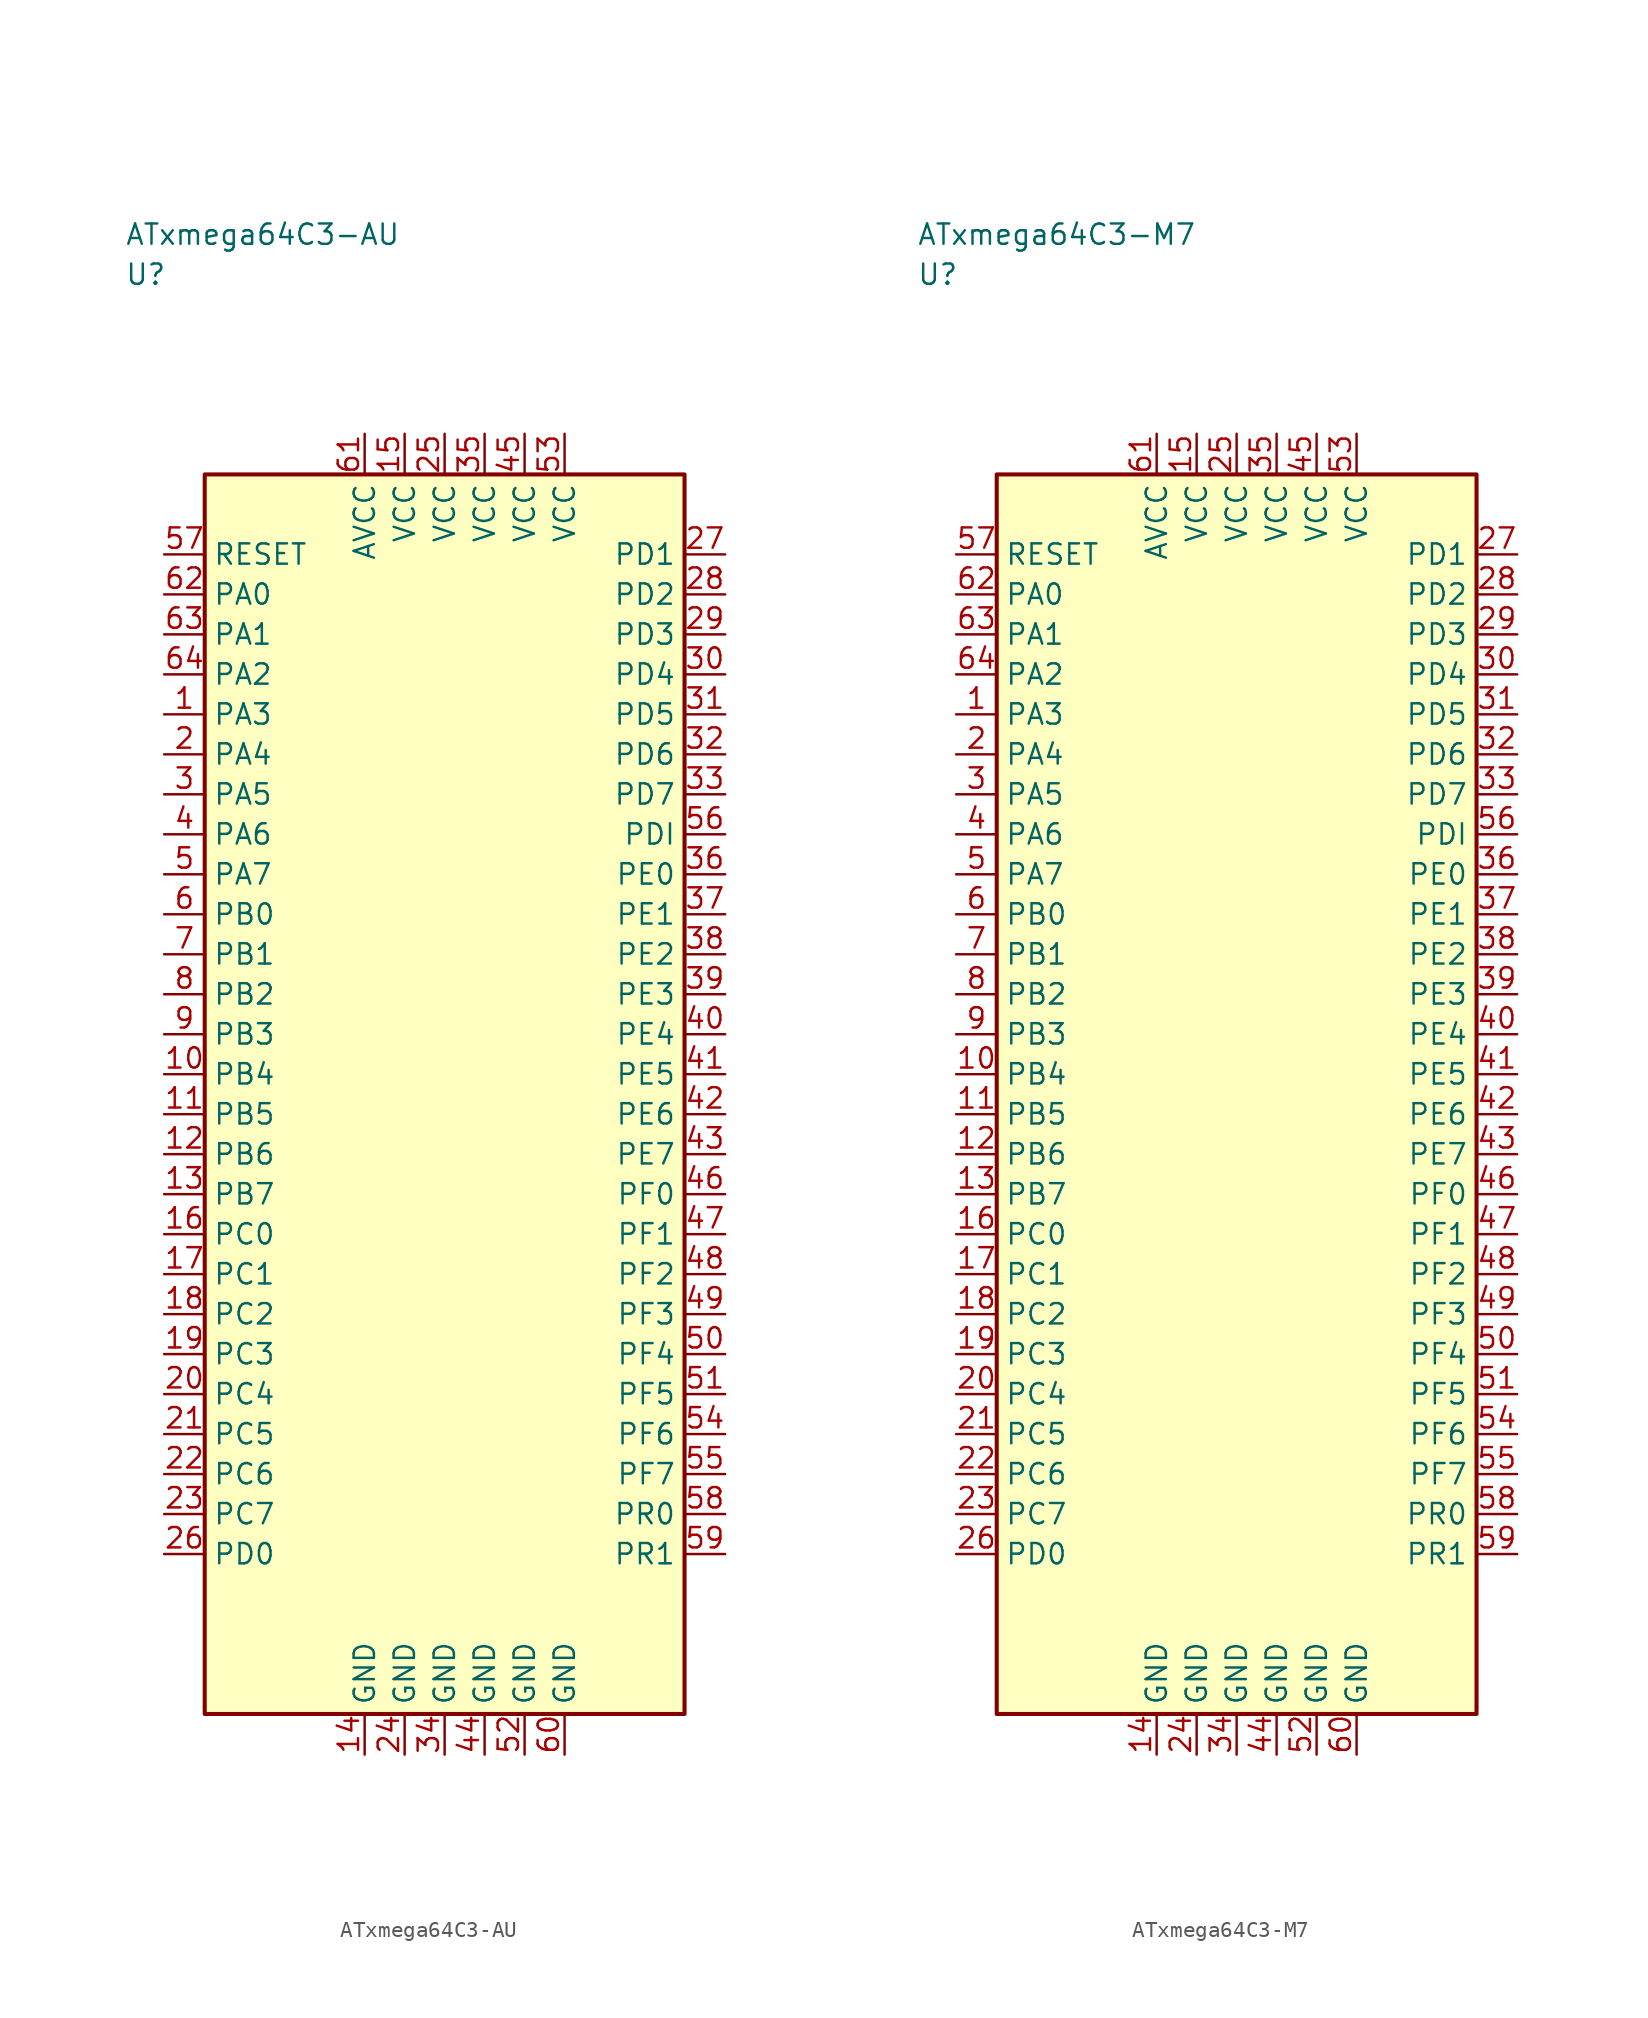
<source format=kicad_sym>
(kicad_symbol_lib
  (version 20241025)
  (generator "kicad_symbol_editor")
  (generator_version "8.0")
  (symbol "ATxmega64C3-AU"
    (property "Reference" "U"
      (at -20.0 51.25 0)
      (effects (font (size 1.27 1.27)) (justify left)))
    (property "Value" "ATxmega64C3-AU"
      (at -20.0 53.75 0)
      (effects (font (size 1.27 1.27)) (justify left)))
    (symbol "ATxmega64C3-AU_0_1"
      (rectangle (start -15.0 38.75) (end 15.0 -38.75) (stroke (width 0.254) (type default)) (fill (type background))))
    (symbol "ATxmega64C3-AU_1_1"
      (pin bidirectional line (at -17.54 23.75 0.0) (length 2.54) (name "PA3" (effects (font (size 1.27 1.27)))) (number "1" (effects (font (size 1.27 1.27)))))
      (pin bidirectional line (at -17.54 21.25 0.0) (length 2.54) (name "PA4" (effects (font (size 1.27 1.27)))) (number "2" (effects (font (size 1.27 1.27)))))
      (pin bidirectional line (at -17.54 18.75 0.0) (length 2.54) (name "PA5" (effects (font (size 1.27 1.27)))) (number "3" (effects (font (size 1.27 1.27)))))
      (pin bidirectional line (at -17.54 16.25 0.0) (length 2.54) (name "PA6" (effects (font (size 1.27 1.27)))) (number "4" (effects (font (size 1.27 1.27)))))
      (pin bidirectional line (at -17.54 13.75 0.0) (length 2.54) (name "PA7" (effects (font (size 1.27 1.27)))) (number "5" (effects (font (size 1.27 1.27)))))
      (pin bidirectional line (at -17.54 11.25 0.0) (length 2.54) (name "PB0" (effects (font (size 1.27 1.27)))) (number "6" (effects (font (size 1.27 1.27)))))
      (pin bidirectional line (at -17.54 8.75 0.0) (length 2.54) (name "PB1" (effects (font (size 1.27 1.27)))) (number "7" (effects (font (size 1.27 1.27)))))
      (pin bidirectional line (at -17.54 6.25 0.0) (length 2.54) (name "PB2" (effects (font (size 1.27 1.27)))) (number "8" (effects (font (size 1.27 1.27)))))
      (pin bidirectional line (at -17.54 3.75 0.0) (length 2.54) (name "PB3" (effects (font (size 1.27 1.27)))) (number "9" (effects (font (size 1.27 1.27)))))
      (pin bidirectional line (at -17.54 1.25 0.0) (length 2.54) (name "PB4" (effects (font (size 1.27 1.27)))) (number "10" (effects (font (size 1.27 1.27)))))
      (pin bidirectional line (at -17.54 -1.25 0.0) (length 2.54) (name "PB5" (effects (font (size 1.27 1.27)))) (number "11" (effects (font (size 1.27 1.27)))))
      (pin bidirectional line (at -17.54 -3.75 0.0) (length 2.54) (name "PB6" (effects (font (size 1.27 1.27)))) (number "12" (effects (font (size 1.27 1.27)))))
      (pin bidirectional line (at -17.54 -6.25 0.0) (length 2.54) (name "PB7" (effects (font (size 1.27 1.27)))) (number "13" (effects (font (size 1.27 1.27)))))
      (pin passive line (at -5.0 -41.29 90.0) (length 2.54) (name "GND" (effects (font (size 1.27 1.27)))) (number "14" (effects (font (size 1.27 1.27)))))
      (pin power_in line (at -2.5 41.29 270.0) (length 2.54) (name "VCC" (effects (font (size 1.27 1.27)))) (number "15" (effects (font (size 1.27 1.27)))))
      (pin bidirectional line (at -17.54 -8.75 0.0) (length 2.54) (name "PC0" (effects (font (size 1.27 1.27)))) (number "16" (effects (font (size 1.27 1.27)))))
      (pin bidirectional line (at -17.54 -11.25 0.0) (length 2.54) (name "PC1" (effects (font (size 1.27 1.27)))) (number "17" (effects (font (size 1.27 1.27)))))
      (pin bidirectional line (at -17.54 -13.75 0.0) (length 2.54) (name "PC2" (effects (font (size 1.27 1.27)))) (number "18" (effects (font (size 1.27 1.27)))))
      (pin bidirectional line (at -17.54 -16.25 0.0) (length 2.54) (name "PC3" (effects (font (size 1.27 1.27)))) (number "19" (effects (font (size 1.27 1.27)))))
      (pin bidirectional line (at -17.54 -18.75 0.0) (length 2.54) (name "PC4" (effects (font (size 1.27 1.27)))) (number "20" (effects (font (size 1.27 1.27)))))
      (pin bidirectional line (at -17.54 -21.25 0.0) (length 2.54) (name "PC5" (effects (font (size 1.27 1.27)))) (number "21" (effects (font (size 1.27 1.27)))))
      (pin bidirectional line (at -17.54 -23.75 0.0) (length 2.54) (name "PC6" (effects (font (size 1.27 1.27)))) (number "22" (effects (font (size 1.27 1.27)))))
      (pin bidirectional line (at -17.54 -26.25 0.0) (length 2.54) (name "PC7" (effects (font (size 1.27 1.27)))) (number "23" (effects (font (size 1.27 1.27)))))
      (pin passive line (at -2.5 -41.29 90.0) (length 2.54) (name "GND" (effects (font (size 1.27 1.27)))) (number "24" (effects (font (size 1.27 1.27)))))
      (pin power_in line (at 0.0 41.29 270.0) (length 2.54) (name "VCC" (effects (font (size 1.27 1.27)))) (number "25" (effects (font (size 1.27 1.27)))))
      (pin bidirectional line (at -17.54 -28.75 0.0) (length 2.54) (name "PD0" (effects (font (size 1.27 1.27)))) (number "26" (effects (font (size 1.27 1.27)))))
      (pin bidirectional line (at 17.54 33.75 180.0) (length 2.54) (name "PD1" (effects (font (size 1.27 1.27)))) (number "27" (effects (font (size 1.27 1.27)))))
      (pin bidirectional line (at 17.54 31.25 180.0) (length 2.54) (name "PD2" (effects (font (size 1.27 1.27)))) (number "28" (effects (font (size 1.27 1.27)))))
      (pin bidirectional line (at 17.54 28.75 180.0) (length 2.54) (name "PD3" (effects (font (size 1.27 1.27)))) (number "29" (effects (font (size 1.27 1.27)))))
      (pin bidirectional line (at 17.54 26.25 180.0) (length 2.54) (name "PD4" (effects (font (size 1.27 1.27)))) (number "30" (effects (font (size 1.27 1.27)))))
      (pin bidirectional line (at 17.54 23.75 180.0) (length 2.54) (name "PD5" (effects (font (size 1.27 1.27)))) (number "31" (effects (font (size 1.27 1.27)))))
      (pin bidirectional line (at 17.54 21.25 180.0) (length 2.54) (name "PD6" (effects (font (size 1.27 1.27)))) (number "32" (effects (font (size 1.27 1.27)))))
      (pin bidirectional line (at 17.54 18.75 180.0) (length 2.54) (name "PD7" (effects (font (size 1.27 1.27)))) (number "33" (effects (font (size 1.27 1.27)))))
      (pin passive line (at 0.0 -41.29 90.0) (length 2.54) (name "GND" (effects (font (size 1.27 1.27)))) (number "34" (effects (font (size 1.27 1.27)))))
      (pin power_in line (at 2.5 41.29 270.0) (length 2.54) (name "VCC" (effects (font (size 1.27 1.27)))) (number "35" (effects (font (size 1.27 1.27)))))
      (pin bidirectional line (at 17.54 13.75 180.0) (length 2.54) (name "PE0" (effects (font (size 1.27 1.27)))) (number "36" (effects (font (size 1.27 1.27)))))
      (pin bidirectional line (at 17.54 11.25 180.0) (length 2.54) (name "PE1" (effects (font (size 1.27 1.27)))) (number "37" (effects (font (size 1.27 1.27)))))
      (pin bidirectional line (at 17.54 8.75 180.0) (length 2.54) (name "PE2" (effects (font (size 1.27 1.27)))) (number "38" (effects (font (size 1.27 1.27)))))
      (pin bidirectional line (at 17.54 6.25 180.0) (length 2.54) (name "PE3" (effects (font (size 1.27 1.27)))) (number "39" (effects (font (size 1.27 1.27)))))
      (pin bidirectional line (at 17.54 3.75 180.0) (length 2.54) (name "PE4" (effects (font (size 1.27 1.27)))) (number "40" (effects (font (size 1.27 1.27)))))
      (pin bidirectional line (at 17.54 1.25 180.0) (length 2.54) (name "PE5" (effects (font (size 1.27 1.27)))) (number "41" (effects (font (size 1.27 1.27)))))
      (pin bidirectional line (at 17.54 -1.25 180.0) (length 2.54) (name "PE6" (effects (font (size 1.27 1.27)))) (number "42" (effects (font (size 1.27 1.27)))))
      (pin bidirectional line (at 17.54 -3.75 180.0) (length 2.54) (name "PE7" (effects (font (size 1.27 1.27)))) (number "43" (effects (font (size 1.27 1.27)))))
      (pin passive line (at 2.5 -41.29 90.0) (length 2.54) (name "GND" (effects (font (size 1.27 1.27)))) (number "44" (effects (font (size 1.27 1.27)))))
      (pin power_in line (at 5.0 41.29 270.0) (length 2.54) (name "VCC" (effects (font (size 1.27 1.27)))) (number "45" (effects (font (size 1.27 1.27)))))
      (pin bidirectional line (at 17.54 -6.25 180.0) (length 2.54) (name "PF0" (effects (font (size 1.27 1.27)))) (number "46" (effects (font (size 1.27 1.27)))))
      (pin bidirectional line (at 17.54 -8.75 180.0) (length 2.54) (name "PF1" (effects (font (size 1.27 1.27)))) (number "47" (effects (font (size 1.27 1.27)))))
      (pin bidirectional line (at 17.54 -11.25 180.0) (length 2.54) (name "PF2" (effects (font (size 1.27 1.27)))) (number "48" (effects (font (size 1.27 1.27)))))
      (pin bidirectional line (at 17.54 -13.75 180.0) (length 2.54) (name "PF3" (effects (font (size 1.27 1.27)))) (number "49" (effects (font (size 1.27 1.27)))))
      (pin bidirectional line (at 17.54 -16.25 180.0) (length 2.54) (name "PF4" (effects (font (size 1.27 1.27)))) (number "50" (effects (font (size 1.27 1.27)))))
      (pin bidirectional line (at 17.54 -18.75 180.0) (length 2.54) (name "PF5" (effects (font (size 1.27 1.27)))) (number "51" (effects (font (size 1.27 1.27)))))
      (pin passive line (at 5.0 -41.29 90.0) (length 2.54) (name "GND" (effects (font (size 1.27 1.27)))) (number "52" (effects (font (size 1.27 1.27)))))
      (pin power_in line (at 7.5 41.29 270.0) (length 2.54) (name "VCC" (effects (font (size 1.27 1.27)))) (number "53" (effects (font (size 1.27 1.27)))))
      (pin bidirectional line (at 17.54 -21.25 180.0) (length 2.54) (name "PF6" (effects (font (size 1.27 1.27)))) (number "54" (effects (font (size 1.27 1.27)))))
      (pin bidirectional line (at 17.54 -23.75 180.0) (length 2.54) (name "PF7" (effects (font (size 1.27 1.27)))) (number "55" (effects (font (size 1.27 1.27)))))
      (pin bidirectional line (at 17.54 16.25 180.0) (length 2.54) (name "PDI" (effects (font (size 1.27 1.27)))) (number "56" (effects (font (size 1.27 1.27)))))
      (pin input line (at -17.54 33.75 0.0) (length 2.54) (name "RESET" (effects (font (size 1.27 1.27)))) (number "57" (effects (font (size 1.27 1.27)))))
      (pin bidirectional line (at 17.54 -26.25 180.0) (length 2.54) (name "PR0" (effects (font (size 1.27 1.27)))) (number "58" (effects (font (size 1.27 1.27)))))
      (pin bidirectional line (at 17.54 -28.75 180.0) (length 2.54) (name "PR1" (effects (font (size 1.27 1.27)))) (number "59" (effects (font (size 1.27 1.27)))))
      (pin passive line (at 7.5 -41.29 90.0) (length 2.54) (name "GND" (effects (font (size 1.27 1.27)))) (number "60" (effects (font (size 1.27 1.27)))))
      (pin power_in line (at -5.0 41.29 270.0) (length 2.54) (name "AVCC" (effects (font (size 1.27 1.27)))) (number "61" (effects (font (size 1.27 1.27)))))
      (pin bidirectional line (at -17.54 31.25 0.0) (length 2.54) (name "PA0" (effects (font (size 1.27 1.27)))) (number "62" (effects (font (size 1.27 1.27)))))
      (pin bidirectional line (at -17.54 28.75 0.0) (length 2.54) (name "PA1" (effects (font (size 1.27 1.27)))) (number "63" (effects (font (size 1.27 1.27)))))
      (pin bidirectional line (at -17.54 26.25 0.0) (length 2.54) (name "PA2" (effects (font (size 1.27 1.27)))) (number "64" (effects (font (size 1.27 1.27)))))))
  (symbol "ATxmega64C3-M7"
    (property "Reference" "U"
      (at -20.0 51.25 0)
      (effects (font (size 1.27 1.27)) (justify left)))
    (property "Value" "ATxmega64C3-M7"
      (at -20.0 53.75 0)
      (effects (font (size 1.27 1.27)) (justify left)))
    (symbol "ATxmega64C3-M7_0_1"
      (rectangle (start -15.0 38.75) (end 15.0 -38.75) (stroke (width 0.254) (type default)) (fill (type background))))
    (symbol "ATxmega64C3-M7_1_1"
      (pin bidirectional line (at -17.54 23.75 0.0) (length 2.54) (name "PA3" (effects (font (size 1.27 1.27)))) (number "1" (effects (font (size 1.27 1.27)))))
      (pin bidirectional line (at -17.54 21.25 0.0) (length 2.54) (name "PA4" (effects (font (size 1.27 1.27)))) (number "2" (effects (font (size 1.27 1.27)))))
      (pin bidirectional line (at -17.54 18.75 0.0) (length 2.54) (name "PA5" (effects (font (size 1.27 1.27)))) (number "3" (effects (font (size 1.27 1.27)))))
      (pin bidirectional line (at -17.54 16.25 0.0) (length 2.54) (name "PA6" (effects (font (size 1.27 1.27)))) (number "4" (effects (font (size 1.27 1.27)))))
      (pin bidirectional line (at -17.54 13.75 0.0) (length 2.54) (name "PA7" (effects (font (size 1.27 1.27)))) (number "5" (effects (font (size 1.27 1.27)))))
      (pin bidirectional line (at -17.54 11.25 0.0) (length 2.54) (name "PB0" (effects (font (size 1.27 1.27)))) (number "6" (effects (font (size 1.27 1.27)))))
      (pin bidirectional line (at -17.54 8.75 0.0) (length 2.54) (name "PB1" (effects (font (size 1.27 1.27)))) (number "7" (effects (font (size 1.27 1.27)))))
      (pin bidirectional line (at -17.54 6.25 0.0) (length 2.54) (name "PB2" (effects (font (size 1.27 1.27)))) (number "8" (effects (font (size 1.27 1.27)))))
      (pin bidirectional line (at -17.54 3.75 0.0) (length 2.54) (name "PB3" (effects (font (size 1.27 1.27)))) (number "9" (effects (font (size 1.27 1.27)))))
      (pin bidirectional line (at -17.54 1.25 0.0) (length 2.54) (name "PB4" (effects (font (size 1.27 1.27)))) (number "10" (effects (font (size 1.27 1.27)))))
      (pin bidirectional line (at -17.54 -1.25 0.0) (length 2.54) (name "PB5" (effects (font (size 1.27 1.27)))) (number "11" (effects (font (size 1.27 1.27)))))
      (pin bidirectional line (at -17.54 -3.75 0.0) (length 2.54) (name "PB6" (effects (font (size 1.27 1.27)))) (number "12" (effects (font (size 1.27 1.27)))))
      (pin bidirectional line (at -17.54 -6.25 0.0) (length 2.54) (name "PB7" (effects (font (size 1.27 1.27)))) (number "13" (effects (font (size 1.27 1.27)))))
      (pin passive line (at -5.0 -41.29 90.0) (length 2.54) (name "GND" (effects (font (size 1.27 1.27)))) (number "14" (effects (font (size 1.27 1.27)))))
      (pin power_in line (at -2.5 41.29 270.0) (length 2.54) (name "VCC" (effects (font (size 1.27 1.27)))) (number "15" (effects (font (size 1.27 1.27)))))
      (pin bidirectional line (at -17.54 -8.75 0.0) (length 2.54) (name "PC0" (effects (font (size 1.27 1.27)))) (number "16" (effects (font (size 1.27 1.27)))))
      (pin bidirectional line (at -17.54 -11.25 0.0) (length 2.54) (name "PC1" (effects (font (size 1.27 1.27)))) (number "17" (effects (font (size 1.27 1.27)))))
      (pin bidirectional line (at -17.54 -13.75 0.0) (length 2.54) (name "PC2" (effects (font (size 1.27 1.27)))) (number "18" (effects (font (size 1.27 1.27)))))
      (pin bidirectional line (at -17.54 -16.25 0.0) (length 2.54) (name "PC3" (effects (font (size 1.27 1.27)))) (number "19" (effects (font (size 1.27 1.27)))))
      (pin bidirectional line (at -17.54 -18.75 0.0) (length 2.54) (name "PC4" (effects (font (size 1.27 1.27)))) (number "20" (effects (font (size 1.27 1.27)))))
      (pin bidirectional line (at -17.54 -21.25 0.0) (length 2.54) (name "PC5" (effects (font (size 1.27 1.27)))) (number "21" (effects (font (size 1.27 1.27)))))
      (pin bidirectional line (at -17.54 -23.75 0.0) (length 2.54) (name "PC6" (effects (font (size 1.27 1.27)))) (number "22" (effects (font (size 1.27 1.27)))))
      (pin bidirectional line (at -17.54 -26.25 0.0) (length 2.54) (name "PC7" (effects (font (size 1.27 1.27)))) (number "23" (effects (font (size 1.27 1.27)))))
      (pin passive line (at -2.5 -41.29 90.0) (length 2.54) (name "GND" (effects (font (size 1.27 1.27)))) (number "24" (effects (font (size 1.27 1.27)))))
      (pin power_in line (at 0.0 41.29 270.0) (length 2.54) (name "VCC" (effects (font (size 1.27 1.27)))) (number "25" (effects (font (size 1.27 1.27)))))
      (pin bidirectional line (at -17.54 -28.75 0.0) (length 2.54) (name "PD0" (effects (font (size 1.27 1.27)))) (number "26" (effects (font (size 1.27 1.27)))))
      (pin bidirectional line (at 17.54 33.75 180.0) (length 2.54) (name "PD1" (effects (font (size 1.27 1.27)))) (number "27" (effects (font (size 1.27 1.27)))))
      (pin bidirectional line (at 17.54 31.25 180.0) (length 2.54) (name "PD2" (effects (font (size 1.27 1.27)))) (number "28" (effects (font (size 1.27 1.27)))))
      (pin bidirectional line (at 17.54 28.75 180.0) (length 2.54) (name "PD3" (effects (font (size 1.27 1.27)))) (number "29" (effects (font (size 1.27 1.27)))))
      (pin bidirectional line (at 17.54 26.25 180.0) (length 2.54) (name "PD4" (effects (font (size 1.27 1.27)))) (number "30" (effects (font (size 1.27 1.27)))))
      (pin bidirectional line (at 17.54 23.75 180.0) (length 2.54) (name "PD5" (effects (font (size 1.27 1.27)))) (number "31" (effects (font (size 1.27 1.27)))))
      (pin bidirectional line (at 17.54 21.25 180.0) (length 2.54) (name "PD6" (effects (font (size 1.27 1.27)))) (number "32" (effects (font (size 1.27 1.27)))))
      (pin bidirectional line (at 17.54 18.75 180.0) (length 2.54) (name "PD7" (effects (font (size 1.27 1.27)))) (number "33" (effects (font (size 1.27 1.27)))))
      (pin passive line (at 0.0 -41.29 90.0) (length 2.54) (name "GND" (effects (font (size 1.27 1.27)))) (number "34" (effects (font (size 1.27 1.27)))))
      (pin power_in line (at 2.5 41.29 270.0) (length 2.54) (name "VCC" (effects (font (size 1.27 1.27)))) (number "35" (effects (font (size 1.27 1.27)))))
      (pin bidirectional line (at 17.54 13.75 180.0) (length 2.54) (name "PE0" (effects (font (size 1.27 1.27)))) (number "36" (effects (font (size 1.27 1.27)))))
      (pin bidirectional line (at 17.54 11.25 180.0) (length 2.54) (name "PE1" (effects (font (size 1.27 1.27)))) (number "37" (effects (font (size 1.27 1.27)))))
      (pin bidirectional line (at 17.54 8.75 180.0) (length 2.54) (name "PE2" (effects (font (size 1.27 1.27)))) (number "38" (effects (font (size 1.27 1.27)))))
      (pin bidirectional line (at 17.54 6.25 180.0) (length 2.54) (name "PE3" (effects (font (size 1.27 1.27)))) (number "39" (effects (font (size 1.27 1.27)))))
      (pin bidirectional line (at 17.54 3.75 180.0) (length 2.54) (name "PE4" (effects (font (size 1.27 1.27)))) (number "40" (effects (font (size 1.27 1.27)))))
      (pin bidirectional line (at 17.54 1.25 180.0) (length 2.54) (name "PE5" (effects (font (size 1.27 1.27)))) (number "41" (effects (font (size 1.27 1.27)))))
      (pin bidirectional line (at 17.54 -1.25 180.0) (length 2.54) (name "PE6" (effects (font (size 1.27 1.27)))) (number "42" (effects (font (size 1.27 1.27)))))
      (pin bidirectional line (at 17.54 -3.75 180.0) (length 2.54) (name "PE7" (effects (font (size 1.27 1.27)))) (number "43" (effects (font (size 1.27 1.27)))))
      (pin passive line (at 2.5 -41.29 90.0) (length 2.54) (name "GND" (effects (font (size 1.27 1.27)))) (number "44" (effects (font (size 1.27 1.27)))))
      (pin power_in line (at 5.0 41.29 270.0) (length 2.54) (name "VCC" (effects (font (size 1.27 1.27)))) (number "45" (effects (font (size 1.27 1.27)))))
      (pin bidirectional line (at 17.54 -6.25 180.0) (length 2.54) (name "PF0" (effects (font (size 1.27 1.27)))) (number "46" (effects (font (size 1.27 1.27)))))
      (pin bidirectional line (at 17.54 -8.75 180.0) (length 2.54) (name "PF1" (effects (font (size 1.27 1.27)))) (number "47" (effects (font (size 1.27 1.27)))))
      (pin bidirectional line (at 17.54 -11.25 180.0) (length 2.54) (name "PF2" (effects (font (size 1.27 1.27)))) (number "48" (effects (font (size 1.27 1.27)))))
      (pin bidirectional line (at 17.54 -13.75 180.0) (length 2.54) (name "PF3" (effects (font (size 1.27 1.27)))) (number "49" (effects (font (size 1.27 1.27)))))
      (pin bidirectional line (at 17.54 -16.25 180.0) (length 2.54) (name "PF4" (effects (font (size 1.27 1.27)))) (number "50" (effects (font (size 1.27 1.27)))))
      (pin bidirectional line (at 17.54 -18.75 180.0) (length 2.54) (name "PF5" (effects (font (size 1.27 1.27)))) (number "51" (effects (font (size 1.27 1.27)))))
      (pin passive line (at 5.0 -41.29 90.0) (length 2.54) (name "GND" (effects (font (size 1.27 1.27)))) (number "52" (effects (font (size 1.27 1.27)))))
      (pin power_in line (at 7.5 41.29 270.0) (length 2.54) (name "VCC" (effects (font (size 1.27 1.27)))) (number "53" (effects (font (size 1.27 1.27)))))
      (pin bidirectional line (at 17.54 -21.25 180.0) (length 2.54) (name "PF6" (effects (font (size 1.27 1.27)))) (number "54" (effects (font (size 1.27 1.27)))))
      (pin bidirectional line (at 17.54 -23.75 180.0) (length 2.54) (name "PF7" (effects (font (size 1.27 1.27)))) (number "55" (effects (font (size 1.27 1.27)))))
      (pin bidirectional line (at 17.54 16.25 180.0) (length 2.54) (name "PDI" (effects (font (size 1.27 1.27)))) (number "56" (effects (font (size 1.27 1.27)))))
      (pin input line (at -17.54 33.75 0.0) (length 2.54) (name "RESET" (effects (font (size 1.27 1.27)))) (number "57" (effects (font (size 1.27 1.27)))))
      (pin bidirectional line (at 17.54 -26.25 180.0) (length 2.54) (name "PR0" (effects (font (size 1.27 1.27)))) (number "58" (effects (font (size 1.27 1.27)))))
      (pin bidirectional line (at 17.54 -28.75 180.0) (length 2.54) (name "PR1" (effects (font (size 1.27 1.27)))) (number "59" (effects (font (size 1.27 1.27)))))
      (pin passive line (at 7.5 -41.29 90.0) (length 2.54) (name "GND" (effects (font (size 1.27 1.27)))) (number "60" (effects (font (size 1.27 1.27)))))
      (pin power_in line (at -5.0 41.29 270.0) (length 2.54) (name "AVCC" (effects (font (size 1.27 1.27)))) (number "61" (effects (font (size 1.27 1.27)))))
      (pin bidirectional line (at -17.54 31.25 0.0) (length 2.54) (name "PA0" (effects (font (size 1.27 1.27)))) (number "62" (effects (font (size 1.27 1.27)))))
      (pin bidirectional line (at -17.54 28.75 0.0) (length 2.54) (name "PA1" (effects (font (size 1.27 1.27)))) (number "63" (effects (font (size 1.27 1.27)))))
      (pin bidirectional line (at -17.54 26.25 0.0) (length 2.54) (name "PA2" (effects (font (size 1.27 1.27)))) (number "64" (effects (font (size 1.27 1.27))))))))
</source>
